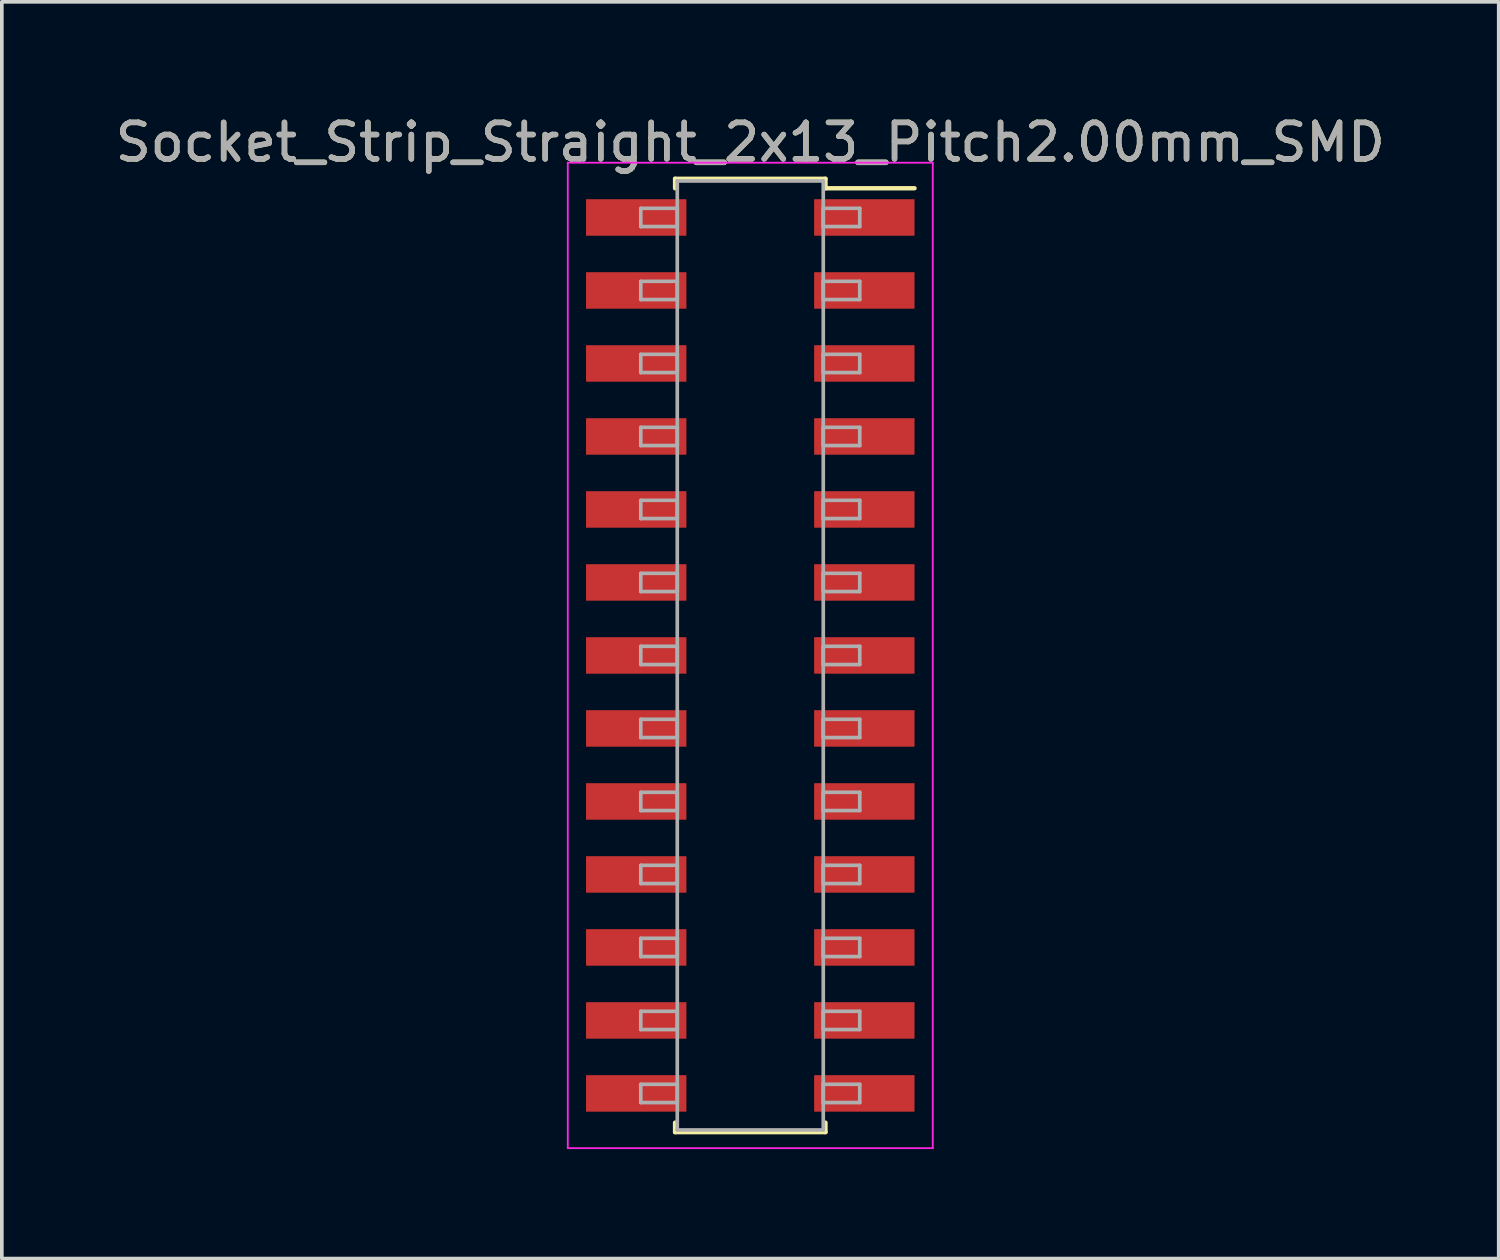
<source format=kicad_pcb>
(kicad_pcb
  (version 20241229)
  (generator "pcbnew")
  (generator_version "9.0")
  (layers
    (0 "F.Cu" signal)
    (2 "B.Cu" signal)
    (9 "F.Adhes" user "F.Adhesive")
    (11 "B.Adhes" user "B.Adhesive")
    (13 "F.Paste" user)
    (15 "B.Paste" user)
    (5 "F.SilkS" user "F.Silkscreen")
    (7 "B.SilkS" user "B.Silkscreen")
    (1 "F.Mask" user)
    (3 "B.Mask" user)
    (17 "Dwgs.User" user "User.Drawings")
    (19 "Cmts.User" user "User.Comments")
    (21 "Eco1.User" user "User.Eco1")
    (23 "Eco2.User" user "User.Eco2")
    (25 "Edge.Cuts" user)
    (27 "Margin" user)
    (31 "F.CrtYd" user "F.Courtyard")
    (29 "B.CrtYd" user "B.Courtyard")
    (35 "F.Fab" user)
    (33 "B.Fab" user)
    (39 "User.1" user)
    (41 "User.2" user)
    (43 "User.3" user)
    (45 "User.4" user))
  (footprint "Socket_Strip_Straight_2x13_Pitch2.00mm_SMD"
    (layer "F.Cu")
    (at 17.506 14.908)
    (property "Reference" "Socket_Strip_Straight_2x13_Pitch2.00mm_SMD" (at 0 -14.06 0) (layer "F.SilkS") (effects (font (size 1 1) (thickness 0.15))))
    (attr smd)
    (fp_line (start -2.06 -13.06) (end 2.06 -13.06) (stroke (width 0.12) (type solid)) (layer "F.SilkS"))
    (fp_line (start -2.06 -12.8) (end -2.06 -13.06) (stroke (width 0.12) (type solid)) (layer "F.SilkS"))
    (fp_line (start -2.06 12.8) (end -2.06 13.06) (stroke (width 0.12) (type solid)) (layer "F.SilkS"))
    (fp_line (start -2.06 13.06) (end 2.06 13.06) (stroke (width 0.12) (type solid)) (layer "F.SilkS"))
    (fp_line (start 2.06 -13.06) (end 2.06 -12.8) (stroke (width 0.12) (type solid)) (layer "F.SilkS"))
    (fp_line (start 2.06 13.06) (end 2.06 12.8) (stroke (width 0.12) (type solid)) (layer "F.SilkS"))
    (fp_line (start 4.5 -12.8) (end 2.06 -12.8) (stroke (width 0.12) (type solid)) (layer "F.SilkS"))
    (fp_line (start -5 -13.5) (end -5 13.5) (stroke (width 0.05) (type solid)) (layer "F.CrtYd"))
    (fp_line (start -5 13.5) (end 5 13.5) (stroke (width 0.05) (type solid)) (layer "F.CrtYd"))
    (fp_line (start 5 -13.5) (end -5 -13.5) (stroke (width 0.05) (type solid)) (layer "F.CrtYd"))
    (fp_line (start 5 13.5) (end 5 -13.5) (stroke (width 0.05) (type solid)) (layer "F.CrtYd"))
    (fp_line (start -3 -12.25) (end -2 -12.25) (stroke (width 0.1) (type solid)) (layer "F.Fab"))
    (fp_line (start -3 -11.75) (end -3 -12.25) (stroke (width 0.1) (type solid)) (layer "F.Fab"))
    (fp_line (start -3 -10.25) (end -2 -10.25) (stroke (width 0.1) (type solid)) (layer "F.Fab"))
    (fp_line (start -3 -9.75) (end -3 -10.25) (stroke (width 0.1) (type solid)) (layer "F.Fab"))
    (fp_line (start -3 -8.25) (end -2 -8.25) (stroke (width 0.1) (type solid)) (layer "F.Fab"))
    (fp_line (start -3 -7.75) (end -3 -8.25) (stroke (width 0.1) (type solid)) (layer "F.Fab"))
    (fp_line (start -3 -6.25) (end -2 -6.25) (stroke (width 0.1) (type solid)) (layer "F.Fab"))
    (fp_line (start -3 -5.75) (end -3 -6.25) (stroke (width 0.1) (type solid)) (layer "F.Fab"))
    (fp_line (start -3 -4.25) (end -2 -4.25) (stroke (width 0.1) (type solid)) (layer "F.Fab"))
    (fp_line (start -3 -3.75) (end -3 -4.25) (stroke (width 0.1) (type solid)) (layer "F.Fab"))
    (fp_line (start -3 -2.25) (end -2 -2.25) (stroke (width 0.1) (type solid)) (layer "F.Fab"))
    (fp_line (start -3 -1.75) (end -3 -2.25) (stroke (width 0.1) (type solid)) (layer "F.Fab"))
    (fp_line (start -3 -0.25) (end -2 -0.25) (stroke (width 0.1) (type solid)) (layer "F.Fab"))
    (fp_line (start -3 0.25) (end -3 -0.25) (stroke (width 0.1) (type solid)) (layer "F.Fab"))
    (fp_line (start -3 1.75) (end -2 1.75) (stroke (width 0.1) (type solid)) (layer "F.Fab"))
    (fp_line (start -3 2.25) (end -3 1.75) (stroke (width 0.1) (type solid)) (layer "F.Fab"))
    (fp_line (start -3 3.75) (end -2 3.75) (stroke (width 0.1) (type solid)) (layer "F.Fab"))
    (fp_line (start -3 4.25) (end -3 3.75) (stroke (width 0.1) (type solid)) (layer "F.Fab"))
    (fp_line (start -3 5.75) (end -2 5.75) (stroke (width 0.1) (type solid)) (layer "F.Fab"))
    (fp_line (start -3 6.25) (end -3 5.75) (stroke (width 0.1) (type solid)) (layer "F.Fab"))
    (fp_line (start -3 7.75) (end -2 7.75) (stroke (width 0.1) (type solid)) (layer "F.Fab"))
    (fp_line (start -3 8.25) (end -3 7.75) (stroke (width 0.1) (type solid)) (layer "F.Fab"))
    (fp_line (start -3 9.75) (end -2 9.75) (stroke (width 0.1) (type solid)) (layer "F.Fab"))
    (fp_line (start -3 10.25) (end -3 9.75) (stroke (width 0.1) (type solid)) (layer "F.Fab"))
    (fp_line (start -3 11.75) (end -2 11.75) (stroke (width 0.1) (type solid)) (layer "F.Fab"))
    (fp_line (start -3 12.25) (end -3 11.75) (stroke (width 0.1) (type solid)) (layer "F.Fab"))
    (fp_line (start -2 -13) (end -2 13) (stroke (width 0.1) (type solid)) (layer "F.Fab"))
    (fp_line (start -2 -12.25) (end -2 -11.75) (stroke (width 0.1) (type solid)) (layer "F.Fab"))
    (fp_line (start -2 -11.75) (end -3 -11.75) (stroke (width 0.1) (type solid)) (layer "F.Fab"))
    (fp_line (start -2 -10.25) (end -2 -9.75) (stroke (width 0.1) (type solid)) (layer "F.Fab"))
    (fp_line (start -2 -9.75) (end -3 -9.75) (stroke (width 0.1) (type solid)) (layer "F.Fab"))
    (fp_line (start -2 -8.25) (end -2 -7.75) (stroke (width 0.1) (type solid)) (layer "F.Fab"))
    (fp_line (start -2 -7.75) (end -3 -7.75) (stroke (width 0.1) (type solid)) (layer "F.Fab"))
    (fp_line (start -2 -6.25) (end -2 -5.75) (stroke (width 0.1) (type solid)) (layer "F.Fab"))
    (fp_line (start -2 -5.75) (end -3 -5.75) (stroke (width 0.1) (type solid)) (layer "F.Fab"))
    (fp_line (start -2 -4.25) (end -2 -3.75) (stroke (width 0.1) (type solid)) (layer "F.Fab"))
    (fp_line (start -2 -3.75) (end -3 -3.75) (stroke (width 0.1) (type solid)) (layer "F.Fab"))
    (fp_line (start -2 -2.25) (end -2 -1.75) (stroke (width 0.1) (type solid)) (layer "F.Fab"))
    (fp_line (start -2 -1.75) (end -3 -1.75) (stroke (width 0.1) (type solid)) (layer "F.Fab"))
    (fp_line (start -2 -0.25) (end -2 0.25) (stroke (width 0.1) (type solid)) (layer "F.Fab"))
    (fp_line (start -2 0.25) (end -3 0.25) (stroke (width 0.1) (type solid)) (layer "F.Fab"))
    (fp_line (start -2 1.75) (end -2 2.25) (stroke (width 0.1) (type solid)) (layer "F.Fab"))
    (fp_line (start -2 2.25) (end -3 2.25) (stroke (width 0.1) (type solid)) (layer "F.Fab"))
    (fp_line (start -2 3.75) (end -2 4.25) (stroke (width 0.1) (type solid)) (layer "F.Fab"))
    (fp_line (start -2 4.25) (end -3 4.25) (stroke (width 0.1) (type solid)) (layer "F.Fab"))
    (fp_line (start -2 5.75) (end -2 6.25) (stroke (width 0.1) (type solid)) (layer "F.Fab"))
    (fp_line (start -2 6.25) (end -3 6.25) (stroke (width 0.1) (type solid)) (layer "F.Fab"))
    (fp_line (start -2 7.75) (end -2 8.25) (stroke (width 0.1) (type solid)) (layer "F.Fab"))
    (fp_line (start -2 8.25) (end -3 8.25) (stroke (width 0.1) (type solid)) (layer "F.Fab"))
    (fp_line (start -2 9.75) (end -2 10.25) (stroke (width 0.1) (type solid)) (layer "F.Fab"))
    (fp_line (start -2 10.25) (end -3 10.25) (stroke (width 0.1) (type solid)) (layer "F.Fab"))
    (fp_line (start -2 11.75) (end -2 12.25) (stroke (width 0.1) (type solid)) (layer "F.Fab"))
    (fp_line (start -2 12.25) (end -3 12.25) (stroke (width 0.1) (type solid)) (layer "F.Fab"))
    (fp_line (start -2 13) (end 2 13) (stroke (width 0.1) (type solid)) (layer "F.Fab"))
    (fp_line (start 2 -13) (end -2 -13) (stroke (width 0.1) (type solid)) (layer "F.Fab"))
    (fp_line (start 2 -12.25) (end 2 -11.75) (stroke (width 0.1) (type solid)) (layer "F.Fab"))
    (fp_line (start 2 -11.75) (end 3 -11.75) (stroke (width 0.1) (type solid)) (layer "F.Fab"))
    (fp_line (start 2 -10.25) (end 2 -9.75) (stroke (width 0.1) (type solid)) (layer "F.Fab"))
    (fp_line (start 2 -9.75) (end 3 -9.75) (stroke (width 0.1) (type solid)) (layer "F.Fab"))
    (fp_line (start 2 -8.25) (end 2 -7.75) (stroke (width 0.1) (type solid)) (layer "F.Fab"))
    (fp_line (start 2 -7.75) (end 3 -7.75) (stroke (width 0.1) (type solid)) (layer "F.Fab"))
    (fp_line (start 2 -6.25) (end 2 -5.75) (stroke (width 0.1) (type solid)) (layer "F.Fab"))
    (fp_line (start 2 -5.75) (end 3 -5.75) (stroke (width 0.1) (type solid)) (layer "F.Fab"))
    (fp_line (start 2 -4.25) (end 2 -3.75) (stroke (width 0.1) (type solid)) (layer "F.Fab"))
    (fp_line (start 2 -3.75) (end 3 -3.75) (stroke (width 0.1) (type solid)) (layer "F.Fab"))
    (fp_line (start 2 -2.25) (end 2 -1.75) (stroke (width 0.1) (type solid)) (layer "F.Fab"))
    (fp_line (start 2 -1.75) (end 3 -1.75) (stroke (width 0.1) (type solid)) (layer "F.Fab"))
    (fp_line (start 2 -0.25) (end 2 0.25) (stroke (width 0.1) (type solid)) (layer "F.Fab"))
    (fp_line (start 2 0.25) (end 3 0.25) (stroke (width 0.1) (type solid)) (layer "F.Fab"))
    (fp_line (start 2 1.75) (end 2 2.25) (stroke (width 0.1) (type solid)) (layer "F.Fab"))
    (fp_line (start 2 2.25) (end 3 2.25) (stroke (width 0.1) (type solid)) (layer "F.Fab"))
    (fp_line (start 2 3.75) (end 2 4.25) (stroke (width 0.1) (type solid)) (layer "F.Fab"))
    (fp_line (start 2 4.25) (end 3 4.25) (stroke (width 0.1) (type solid)) (layer "F.Fab"))
    (fp_line (start 2 5.75) (end 2 6.25) (stroke (width 0.1) (type solid)) (layer "F.Fab"))
    (fp_line (start 2 6.25) (end 3 6.25) (stroke (width 0.1) (type solid)) (layer "F.Fab"))
    (fp_line (start 2 7.75) (end 2 8.25) (stroke (width 0.1) (type solid)) (layer "F.Fab"))
    (fp_line (start 2 8.25) (end 3 8.25) (stroke (width 0.1) (type solid)) (layer "F.Fab"))
    (fp_line (start 2 9.75) (end 2 10.25) (stroke (width 0.1) (type solid)) (layer "F.Fab"))
    (fp_line (start 2 10.25) (end 3 10.25) (stroke (width 0.1) (type solid)) (layer "F.Fab"))
    (fp_line (start 2 11.75) (end 2 12.25) (stroke (width 0.1) (type solid)) (layer "F.Fab"))
    (fp_line (start 2 12.25) (end 3 12.25) (stroke (width 0.1) (type solid)) (layer "F.Fab"))
    (fp_line (start 2 13) (end 2 -13) (stroke (width 0.1) (type solid)) (layer "F.Fab"))
    (fp_line (start 3 -12.25) (end 2 -12.25) (stroke (width 0.1) (type solid)) (layer "F.Fab"))
    (fp_line (start 3 -11.75) (end 3 -12.25) (stroke (width 0.1) (type solid)) (layer "F.Fab"))
    (fp_line (start 3 -10.25) (end 2 -10.25) (stroke (width 0.1) (type solid)) (layer "F.Fab"))
    (fp_line (start 3 -9.75) (end 3 -10.25) (stroke (width 0.1) (type solid)) (layer "F.Fab"))
    (fp_line (start 3 -8.25) (end 2 -8.25) (stroke (width 0.1) (type solid)) (layer "F.Fab"))
    (fp_line (start 3 -7.75) (end 3 -8.25) (stroke (width 0.1) (type solid)) (layer "F.Fab"))
    (fp_line (start 3 -6.25) (end 2 -6.25) (stroke (width 0.1) (type solid)) (layer "F.Fab"))
    (fp_line (start 3 -5.75) (end 3 -6.25) (stroke (width 0.1) (type solid)) (layer "F.Fab"))
    (fp_line (start 3 -4.25) (end 2 -4.25) (stroke (width 0.1) (type solid)) (layer "F.Fab"))
    (fp_line (start 3 -3.75) (end 3 -4.25) (stroke (width 0.1) (type solid)) (layer "F.Fab"))
    (fp_line (start 3 -2.25) (end 2 -2.25) (stroke (width 0.1) (type solid)) (layer "F.Fab"))
    (fp_line (start 3 -1.75) (end 3 -2.25) (stroke (width 0.1) (type solid)) (layer "F.Fab"))
    (fp_line (start 3 -0.25) (end 2 -0.25) (stroke (width 0.1) (type solid)) (layer "F.Fab"))
    (fp_line (start 3 0.25) (end 3 -0.25) (stroke (width 0.1) (type solid)) (layer "F.Fab"))
    (fp_line (start 3 1.75) (end 2 1.75) (stroke (width 0.1) (type solid)) (layer "F.Fab"))
    (fp_line (start 3 2.25) (end 3 1.75) (stroke (width 0.1) (type solid)) (layer "F.Fab"))
    (fp_line (start 3 3.75) (end 2 3.75) (stroke (width 0.1) (type solid)) (layer "F.Fab"))
    (fp_line (start 3 4.25) (end 3 3.75) (stroke (width 0.1) (type solid)) (layer "F.Fab"))
    (fp_line (start 3 5.75) (end 2 5.75) (stroke (width 0.1) (type solid)) (layer "F.Fab"))
    (fp_line (start 3 6.25) (end 3 5.75) (stroke (width 0.1) (type solid)) (layer "F.Fab"))
    (fp_line (start 3 7.75) (end 2 7.75) (stroke (width 0.1) (type solid)) (layer "F.Fab"))
    (fp_line (start 3 8.25) (end 3 7.75) (stroke (width 0.1) (type solid)) (layer "F.Fab"))
    (fp_line (start 3 9.75) (end 2 9.75) (stroke (width 0.1) (type solid)) (layer "F.Fab"))
    (fp_line (start 3 10.25) (end 3 9.75) (stroke (width 0.1) (type solid)) (layer "F.Fab"))
    (fp_line (start 3 11.75) (end 2 11.75) (stroke (width 0.1) (type solid)) (layer "F.Fab"))
    (fp_line (start 3 12.25) (end 3 11.75) (stroke (width 0.1) (type solid)) (layer "F.Fab"))
    (fp_text user "${REFERENCE}" (at 0 -14.06 0) (layer "F.Fab") (effects (font (size 1 1) (thickness 0.15))))
    (pad "1" smd rect (at 3.125 -12) (size 2.75 1) (layers "F.Cu" "F.Mask" "F.Paste"))
    (pad "2" smd rect (at -3.125 -12) (size 2.75 1) (layers "F.Cu" "F.Mask" "F.Paste"))
    (pad "3" smd rect (at 3.125 -10) (size 2.75 1) (layers "F.Cu" "F.Mask" "F.Paste"))
    (pad "4" smd rect (at -3.125 -10) (size 2.75 1) (layers "F.Cu" "F.Mask" "F.Paste"))
    (pad "5" smd rect (at 3.125 -8) (size 2.75 1) (layers "F.Cu" "F.Mask" "F.Paste"))
    (pad "6" smd rect (at -3.125 -8) (size 2.75 1) (layers "F.Cu" "F.Mask" "F.Paste"))
    (pad "7" smd rect (at 3.125 -6) (size 2.75 1) (layers "F.Cu" "F.Mask" "F.Paste"))
    (pad "8" smd rect (at -3.125 -6) (size 2.75 1) (layers "F.Cu" "F.Mask" "F.Paste"))
    (pad "9" smd rect (at 3.125 -4) (size 2.75 1) (layers "F.Cu" "F.Mask" "F.Paste"))
    (pad "10" smd rect (at -3.125 -4) (size 2.75 1) (layers "F.Cu" "F.Mask" "F.Paste"))
    (pad "11" smd rect (at 3.125 -2) (size 2.75 1) (layers "F.Cu" "F.Mask" "F.Paste"))
    (pad "12" smd rect (at -3.125 -2) (size 2.75 1) (layers "F.Cu" "F.Mask" "F.Paste"))
    (pad "13" smd rect (at 3.125 0) (size 2.75 1) (layers "F.Cu" "F.Mask" "F.Paste"))
    (pad "14" smd rect (at -3.125 0) (size 2.75 1) (layers "F.Cu" "F.Mask" "F.Paste"))
    (pad "15" smd rect (at 3.125 2) (size 2.75 1) (layers "F.Cu" "F.Mask" "F.Paste"))
    (pad "16" smd rect (at -3.125 2) (size 2.75 1) (layers "F.Cu" "F.Mask" "F.Paste"))
    (pad "17" smd rect (at 3.125 4) (size 2.75 1) (layers "F.Cu" "F.Mask" "F.Paste"))
    (pad "18" smd rect (at -3.125 4) (size 2.75 1) (layers "F.Cu" "F.Mask" "F.Paste"))
    (pad "19" smd rect (at 3.125 6) (size 2.75 1) (layers "F.Cu" "F.Mask" "F.Paste"))
    (pad "20" smd rect (at -3.125 6) (size 2.75 1) (layers "F.Cu" "F.Mask" "F.Paste"))
    (pad "21" smd rect (at 3.125 8) (size 2.75 1) (layers "F.Cu" "F.Mask" "F.Paste"))
    (pad "22" smd rect (at -3.125 8) (size 2.75 1) (layers "F.Cu" "F.Mask" "F.Paste"))
    (pad "23" smd rect (at 3.125 10) (size 2.75 1) (layers "F.Cu" "F.Mask" "F.Paste"))
    (pad "24" smd rect (at -3.125 10) (size 2.75 1) (layers "F.Cu" "F.Mask" "F.Paste"))
    (pad "25" smd rect (at 3.125 12) (size 2.75 1) (layers "F.Cu" "F.Mask" "F.Paste"))
    (pad "26" smd rect (at -3.125 12) (size 2.75 1) (layers "F.Cu" "F.Mask" "F.Paste")))
  (gr_rect
    (start -3 -3)
    (end 38.012 31.433)
    (stroke (width 0.1) (type default))
    (fill no)
    (layer "Edge.Cuts")))
</source>
